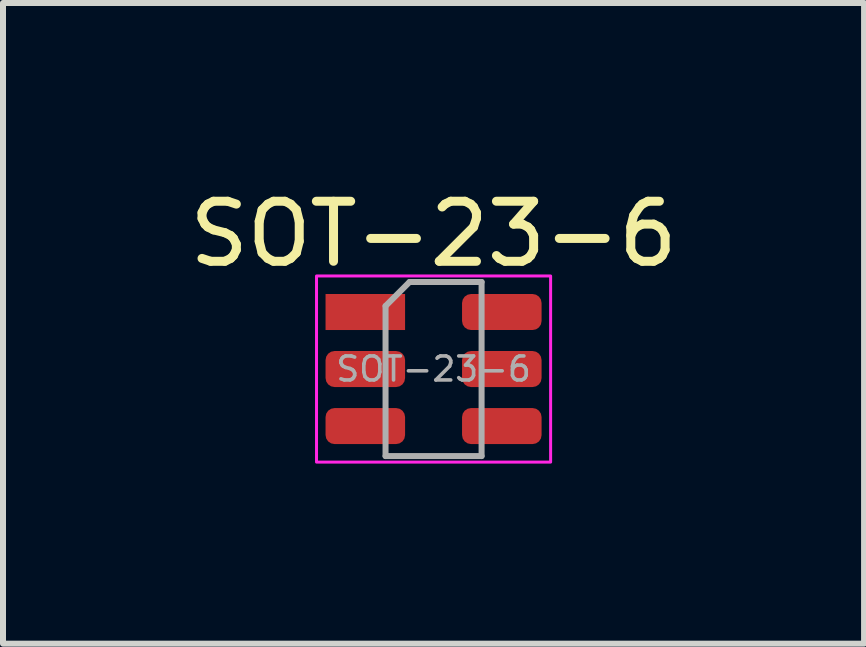
<source format=kicad_pcb>
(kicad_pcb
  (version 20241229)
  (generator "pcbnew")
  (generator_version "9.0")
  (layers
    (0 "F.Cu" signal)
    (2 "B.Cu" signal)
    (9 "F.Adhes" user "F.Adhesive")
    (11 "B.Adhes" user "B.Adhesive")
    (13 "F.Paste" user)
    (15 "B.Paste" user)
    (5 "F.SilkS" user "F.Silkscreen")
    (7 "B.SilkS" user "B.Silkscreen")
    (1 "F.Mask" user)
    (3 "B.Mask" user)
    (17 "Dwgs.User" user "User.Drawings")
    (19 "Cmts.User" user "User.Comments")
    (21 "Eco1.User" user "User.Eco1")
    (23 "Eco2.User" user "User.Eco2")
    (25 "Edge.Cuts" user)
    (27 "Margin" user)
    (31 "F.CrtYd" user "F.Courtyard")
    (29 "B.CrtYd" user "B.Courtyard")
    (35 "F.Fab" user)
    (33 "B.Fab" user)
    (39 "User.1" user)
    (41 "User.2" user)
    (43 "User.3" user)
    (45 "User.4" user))
  (footprint "SOT-23-6"
    (layer "F.Cu")
    (at 4.173 3.098)
    (property "Reference" "SOT-23-6" (at 0 -2.25 0) (layer "F.SilkS") (effects (font (size 1 1) (thickness 0.15))))
    (attr smd)
    (fp_rect (start -1.95 -1.55) (end 1.95 1.55) (stroke (width 0.05) (type default)) (fill no) (layer "F.CrtYd"))
    (fp_line (start -0.8 -1.05) (end -0.4 -1.45) (stroke (width 0.1) (type solid)) (layer "F.Fab"))
    (fp_line (start -0.8 1.45) (end -0.8 -1.05) (stroke (width 0.1) (type solid)) (layer "F.Fab"))
    (fp_line (start -0.4 -1.45) (end 0.8 -1.45) (stroke (width 0.1) (type solid)) (layer "F.Fab"))
    (fp_line (start 0.8 -1.45) (end 0.8 1.45) (stroke (width 0.1) (type solid)) (layer "F.Fab"))
    (fp_line (start 0.8 1.45) (end -0.8 1.45) (stroke (width 0.1) (type solid)) (layer "F.Fab"))
    (fp_text user "${REFERENCE}" (at 0 0 0) (layer "F.Fab") (effects (font (size 0.4 0.4) (thickness 0.06))))
    (pad "1" smd rect (at -1.137 -0.95) (size 1.325 0.6) (layers "F.Cu" "F.Mask" "F.Paste"))
    (pad "2" smd roundrect (at -1.137 0) (size 1.325 0.6) (layers "F.Cu" "F.Mask" "F.Paste") (roundrect_rratio 0.25))
    (pad "3" smd roundrect (at -1.137 0.95) (size 1.325 0.6) (layers "F.Cu" "F.Mask" "F.Paste") (roundrect_rratio 0.25))
    (pad "4" smd roundrect (at 1.137 0.95) (size 1.325 0.6) (layers "F.Cu" "F.Mask" "F.Paste") (roundrect_rratio 0.25))
    (pad "5" smd roundrect (at 1.137 0) (size 1.325 0.6) (layers "F.Cu" "F.Mask" "F.Paste") (roundrect_rratio 0.25))
    (pad "6" smd roundrect (at 1.137 -0.95) (size 1.325 0.6) (layers "F.Cu" "F.Mask" "F.Paste") (roundrect_rratio 0.25)))
  (gr_rect
    (start -3 -3)
    (end 11.345 7.673)
    (stroke (width 0.1) (type default))
    (fill no)
    (layer "Edge.Cuts")))
</source>
